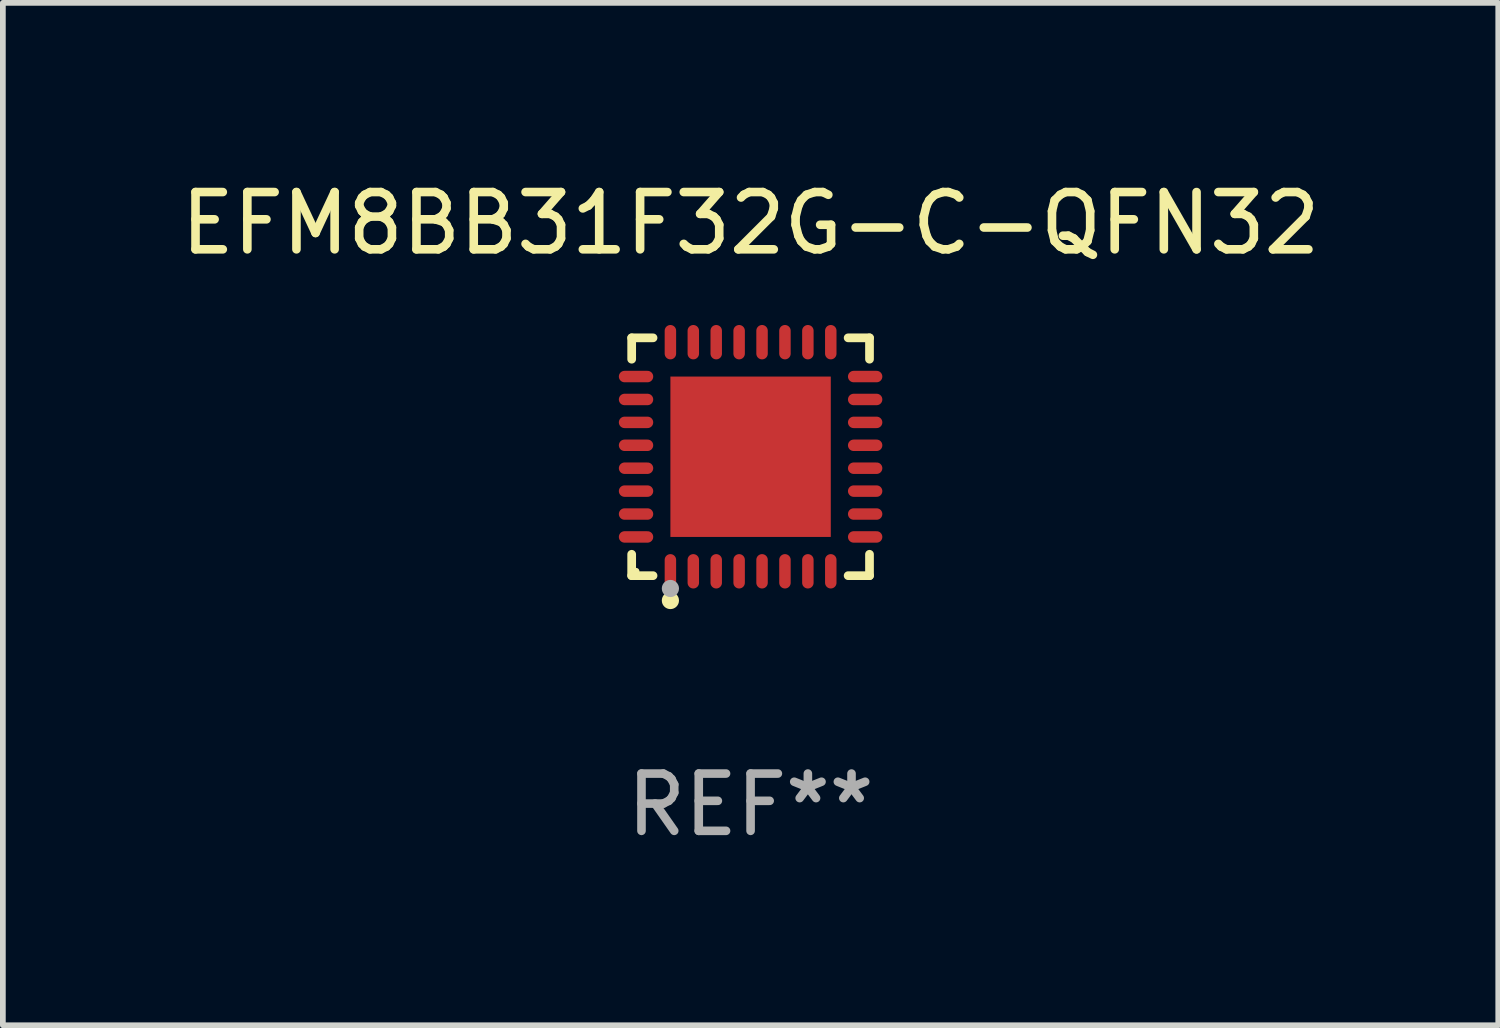
<source format=kicad_pcb>
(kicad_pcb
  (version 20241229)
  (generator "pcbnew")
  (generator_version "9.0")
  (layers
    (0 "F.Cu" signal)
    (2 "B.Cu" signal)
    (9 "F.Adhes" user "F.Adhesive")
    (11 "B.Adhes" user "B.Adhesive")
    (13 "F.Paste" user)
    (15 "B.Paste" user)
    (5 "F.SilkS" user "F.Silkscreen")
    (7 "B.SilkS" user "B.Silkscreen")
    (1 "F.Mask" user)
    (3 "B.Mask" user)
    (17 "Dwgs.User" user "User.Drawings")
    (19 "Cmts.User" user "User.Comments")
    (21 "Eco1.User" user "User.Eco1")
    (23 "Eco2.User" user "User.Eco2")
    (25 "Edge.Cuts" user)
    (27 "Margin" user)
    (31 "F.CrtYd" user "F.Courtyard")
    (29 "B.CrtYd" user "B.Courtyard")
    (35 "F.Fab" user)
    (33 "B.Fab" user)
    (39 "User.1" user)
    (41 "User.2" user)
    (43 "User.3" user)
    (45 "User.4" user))
  (footprint "EFM8BB31F32G-C-QFN32"
    (layer "F.Cu")
    (at 10.054 4.924)
    (property "Reference" "EFM8BB31F32G-C-QFN32" (at 0 -4.076 0) (layer "F.SilkS") (effects (font (size 1 1) (thickness 0.15))))
    (attr through_hole)
    (fp_line (start -2.076 -2.076) (end -1.703 -2.076) (stroke (width 0.152) (type solid)) (layer "F.SilkS"))
    (fp_line (start -2.076 -1.703) (end -2.076 -2.076) (stroke (width 0.152) (type solid)) (layer "F.SilkS"))
    (fp_line (start -2.076 1.703) (end -2.076 2.076) (stroke (width 0.152) (type solid)) (layer "F.SilkS"))
    (fp_line (start -2.076 2.076) (end -1.703 2.076) (stroke (width 0.152) (type solid)) (layer "F.SilkS"))
    (fp_line (start 2.076 -2.076) (end 1.703 -2.076) (stroke (width 0.152) (type solid)) (layer "F.SilkS"))
    (fp_line (start 2.076 -1.703) (end 2.076 -2.076) (stroke (width 0.152) (type solid)) (layer "F.SilkS"))
    (fp_line (start 2.076 1.703) (end 2.076 2.076) (stroke (width 0.152) (type solid)) (layer "F.SilkS"))
    (fp_line (start 2.076 2.076) (end 1.703 2.076) (stroke (width 0.152) (type solid)) (layer "F.SilkS"))
    (fp_circle (center -2 2) (end -1.97 2) (stroke (width 0.06) (type solid)) (fill no) (layer "F.SilkS"))
    (fp_circle (center -1.4 2.51) (end -1.325 2.51) (stroke (width 0.15) (type solid)) (fill no) (layer "F.SilkS"))
    (fp_circle (center -1.4 2.3) (end -1.325 2.3) (stroke (width 0.15) (type solid)) (fill no) (layer "F.Fab"))
    (fp_text user "REF**" (at 0 6.076 0) (layer "F.Fab") (effects (font (size 1 1) (thickness 0.15))))
    (pad "1" smd oval (at -1.4 2) (size 0.2 0.6) (layers "F.Cu" "F.Mask" "F.Paste"))
    (pad "2" smd oval (at -1 2) (size 0.2 0.6) (layers "F.Cu" "F.Mask" "F.Paste"))
    (pad "3" smd oval (at -0.6 2) (size 0.2 0.6) (layers "F.Cu" "F.Mask" "F.Paste"))
    (pad "4" smd oval (at -0.2 2) (size 0.2 0.6) (layers "F.Cu" "F.Mask" "F.Paste"))
    (pad "5" smd oval (at 0.2 2) (size 0.2 0.6) (layers "F.Cu" "F.Mask" "F.Paste"))
    (pad "6" smd oval (at 0.6 2) (size 0.2 0.6) (layers "F.Cu" "F.Mask" "F.Paste"))
    (pad "7" smd oval (at 1 2) (size 0.2 0.6) (layers "F.Cu" "F.Mask" "F.Paste"))
    (pad "8" smd oval (at 1.4 2) (size 0.2 0.6) (layers "F.Cu" "F.Mask" "F.Paste"))
    (pad "9" smd oval (at 2 1.4) (size 0.6 0.2) (layers "F.Cu" "F.Mask" "F.Paste"))
    (pad "10" smd oval (at 2 1) (size 0.6 0.2) (layers "F.Cu" "F.Mask" "F.Paste"))
    (pad "11" smd oval (at 2 0.6) (size 0.6 0.2) (layers "F.Cu" "F.Mask" "F.Paste"))
    (pad "12" smd oval (at 2 0.2) (size 0.6 0.2) (layers "F.Cu" "F.Mask" "F.Paste"))
    (pad "13" smd oval (at 2 -0.2) (size 0.6 0.2) (layers "F.Cu" "F.Mask" "F.Paste"))
    (pad "14" smd oval (at 2 -0.6) (size 0.6 0.2) (layers "F.Cu" "F.Mask" "F.Paste"))
    (pad "15" smd oval (at 2 -1) (size 0.6 0.2) (layers "F.Cu" "F.Mask" "F.Paste"))
    (pad "16" smd oval (at 2 -1.4) (size 0.6 0.2) (layers "F.Cu" "F.Mask" "F.Paste"))
    (pad "17" smd oval (at 1.4 -2) (size 0.2 0.6) (layers "F.Cu" "F.Mask" "F.Paste"))
    (pad "18" smd oval (at 1 -2) (size 0.2 0.6) (layers "F.Cu" "F.Mask" "F.Paste"))
    (pad "19" smd oval (at 0.6 -2) (size 0.2 0.6) (layers "F.Cu" "F.Mask" "F.Paste"))
    (pad "20" smd oval (at 0.2 -2) (size 0.2 0.6) (layers "F.Cu" "F.Mask" "F.Paste"))
    (pad "21" smd oval (at -0.2 -2) (size 0.2 0.6) (layers "F.Cu" "F.Mask" "F.Paste"))
    (pad "22" smd oval (at -0.6 -2) (size 0.2 0.6) (layers "F.Cu" "F.Mask" "F.Paste"))
    (pad "23" smd oval (at -1 -2) (size 0.2 0.6) (layers "F.Cu" "F.Mask" "F.Paste"))
    (pad "24" smd oval (at -1.4 -2) (size 0.2 0.6) (layers "F.Cu" "F.Mask" "F.Paste"))
    (pad "25" smd oval (at -2 -1.4) (size 0.6 0.2) (layers "F.Cu" "F.Mask" "F.Paste"))
    (pad "26" smd oval (at -2 -1) (size 0.6 0.2) (layers "F.Cu" "F.Mask" "F.Paste"))
    (pad "27" smd oval (at -2 -0.6) (size 0.6 0.2) (layers "F.Cu" "F.Mask" "F.Paste"))
    (pad "28" smd oval (at -2 -0.2) (size 0.6 0.2) (layers "F.Cu" "F.Mask" "F.Paste"))
    (pad "29" smd oval (at -2 0.2) (size 0.6 0.2) (layers "F.Cu" "F.Mask" "F.Paste"))
    (pad "30" smd oval (at -2 0.6) (size 0.6 0.2) (layers "F.Cu" "F.Mask" "F.Paste"))
    (pad "31" smd oval (at -2 1) (size 0.6 0.2) (layers "F.Cu" "F.Mask" "F.Paste"))
    (pad "32" smd oval (at -2 1.4) (size 0.6 0.2) (layers "F.Cu" "F.Mask" "F.Paste"))
    (pad "33" smd rect (at 0 0) (size 2.8 2.8) (layers "F.Cu" "F.Mask" "F.Paste")))
  (gr_rect
    (start -3 -3)
    (end 23.107 14.849)
    (stroke (width 0.1) (type default))
    (fill no)
    (layer "Edge.Cuts")))
</source>
